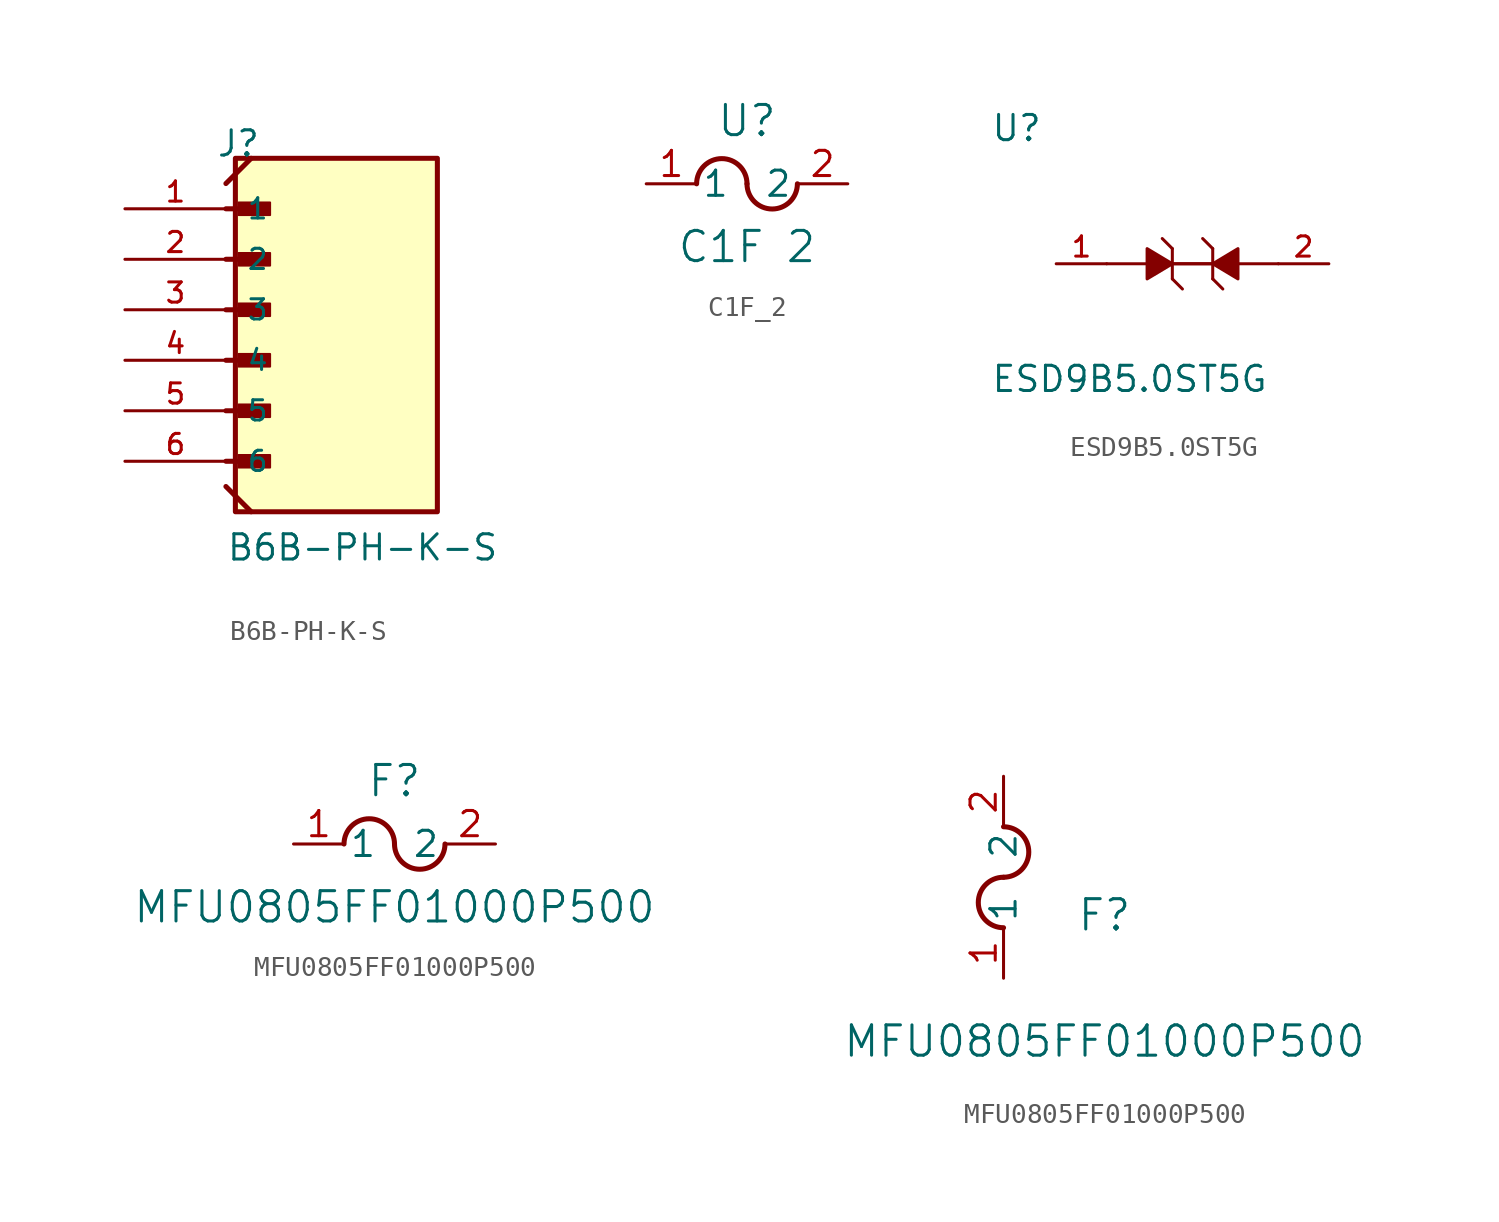
<source format=kicad_sym>
(kicad_symbol_lib
  (version 20231120)
  (generator "kicad_symbol_editor")
  (generator_version "8.0")
  (symbol "B6B-PH-K-S"
    (pin_names
      (offset 1.016))
    (property "Reference" "J"
      (at -5.58 10.16 0)
      (effects (font (size 1.27 1.27)) (justify left bottom)))
    (property "Value" "B6B-PH-K-S"
      (at -5.08 -10.16 0)
      (effects (font (size 1.27 1.27)) (justify left bottom)))
    (symbol "B6B-PH-K-S_0_0"
      (rectangle (start -4.604 -7.62) (end 5.556 10.16) (stroke (width 0.254) (type default)) (fill (type background)))
      (rectangle (start -4.445 -5.397) (end -2.857 -4.763) (stroke (width 0.1) (type default)) (fill (type outline)))
      (rectangle (start -4.445 -2.857) (end -2.857 -2.223) (stroke (width 0.1) (type default)) (fill (type outline)))
      (rectangle (start -4.445 -0.318) (end -2.857 0.318) (stroke (width 0.1) (type default)) (fill (type outline)))
      (rectangle (start -4.445 2.223) (end -2.857 2.857) (stroke (width 0.1) (type default)) (fill (type outline)))
      (rectangle (start -4.445 4.763) (end -2.857 5.397) (stroke (width 0.1) (type default)) (fill (type outline)))
      (rectangle (start -4.445 7.303) (end -2.857 7.938) (stroke (width 0.1) (type default)) (fill (type outline)))
      (polyline (pts (xy -5.08 -6.35) (xy -3.81 -7.62)) (stroke (width 0.254) (type default)) (fill (type none)))
      (polyline (pts (xy -5.08 -5.08) (xy -3.175 -5.08)) (stroke (width 0.254) (type default)) (fill (type none)))
      (polyline (pts (xy -5.08 -2.54) (xy -3.175 -2.54)) (stroke (width 0.254) (type default)) (fill (type none)))
      (polyline (pts (xy -5.08 0) (xy -3.175 0)) (stroke (width 0.254) (type default)) (fill (type none)))
      (polyline (pts (xy -5.08 2.54) (xy -3.175 2.54)) (stroke (width 0.254) (type default)) (fill (type none)))
      (polyline (pts (xy -5.08 5.08) (xy -3.175 5.08)) (stroke (width 0.254) (type default)) (fill (type none)))
      (polyline (pts (xy -5.08 7.62) (xy -3.175 7.62)) (stroke (width 0.254) (type default)) (fill (type none)))
      (polyline (pts (xy -5.08 8.89) (xy -3.81 10.16)) (stroke (width 0.254) (type default)) (fill (type none)))
      (pin passive line (at -10.16 7.62 0) (length 5.08) (name "1" (effects (font (size 1.016 1.016)))) (number "1" (effects (font (size 1.016 1.016)))))
      (pin passive line (at -10.16 5.08 0) (length 5.08) (name "2" (effects (font (size 1.016 1.016)))) (number "2" (effects (font (size 1.016 1.016)))))
      (pin passive line (at -10.16 2.54 0) (length 5.08) (name "3" (effects (font (size 1.016 1.016)))) (number "3" (effects (font (size 1.016 1.016)))))
      (pin passive line (at -10.16 0 0) (length 5.08) (name "4" (effects (font (size 1.016 1.016)))) (number "4" (effects (font (size 1.016 1.016)))))
      (pin passive line (at -10.16 -2.54 0) (length 5.08) (name "5" (effects (font (size 1.016 1.016)))) (number "5" (effects (font (size 1.016 1.016)))))
      (pin passive line (at -10.16 -5.08 0) (length 5.08) (name "6" (effects (font (size 1.016 1.016)))) (number "6" (effects (font (size 1.016 1.016)))))))
  (symbol "C1F_2"
    (pin_names
      (offset 0.254))
    (property "Reference" "U"
      (at 5.08 3.175 0)
      (effects (font (size 1.524 1.524))))
    (property "Value" "C1F 2"
      (at 5.08 -3.175 0)
      (effects (font (size 1.524 1.524))))
    (property "ki_locked" ""
      (at 0 0 0)
      (effects (font (size 1.27 1.27))))
    (symbol "C1F_2_0_1"
      (arc (start 5.08 0) (mid 3.81 1.2645) (end 2.54 0) (stroke (width 0.254) (type default)) (fill (type none)))
      (arc (start 5.08 0) (mid 6.35 -1.2645) (end 7.62 0) (stroke (width 0.254) (type default)) (fill (type none)))
      (pin unspecified line (at 0 0 0) (length 2.54) (name "1" (effects (font (size 1.27 1.27)))) (number "1" (effects (font (size 1.27 1.27)))))
      (pin unspecified line (at 10.16 0 180) (length 2.54) (name "2" (effects (font (size 1.27 1.27)))) (number "2" (effects (font (size 1.27 1.27)))))))
  (symbol "ESD9B5.0ST5G"
    (pin_names
      (offset 1.016))
    (property "Reference" "U"
      (at -10.16 6.08 0)
      (effects (font (size 1.27 1.27)) (justify left bottom)))
    (property "Value" "ESD9B5.0ST5G"
      (at -10.16 -6.54 0)
      (effects (font (size 1.27 1.27)) (justify left bottom)))
    (symbol "ESD9B5.0ST5G_0_0"
      (polyline (pts (xy -2.286 0) (xy -4.318 0)) (stroke (width 0.152) (type default)) (fill (type none)))
      (polyline (pts (xy -1.016 -0.762) (xy -1.016 0.762)) (stroke (width 0.152) (type default)) (fill (type none)))
      (polyline (pts (xy -1.016 -0.762) (xy -0.508 -1.27)) (stroke (width 0.152) (type default)) (fill (type none)))
      (polyline (pts (xy -1.016 0) (xy 1.016 0)) (stroke (width 0.152) (type default)) (fill (type none)))
      (polyline (pts (xy -1.016 0.762) (xy -1.524 1.27)) (stroke (width 0.152) (type default)) (fill (type none)))
      (polyline (pts (xy 1.016 -0.762) (xy 1.524 -1.27)) (stroke (width 0.152) (type default)) (fill (type none)))
      (polyline (pts (xy 1.016 0) (xy -1.016 0)) (stroke (width 0.152) (type default)) (fill (type none)))
      (polyline (pts (xy 1.016 0.762) (xy 0.508 1.27)) (stroke (width 0.152) (type default)) (fill (type none)))
      (polyline (pts (xy 1.016 0.762) (xy 1.016 -0.762)) (stroke (width 0.152) (type default)) (fill (type none)))
      (polyline (pts (xy 2.286 0) (xy 4.318 0)) (stroke (width 0.152) (type default)) (fill (type none)))
      (polyline (pts (xy -1.016 0) (xy -2.286 -0.762) (xy -2.286 0.762) (xy -1.016 0)) (stroke (width 0.152) (type default)) (fill (type outline)))
      (polyline (pts (xy 1.016 0) (xy 2.286 0.762) (xy 2.286 -0.762) (xy 1.016 0)) (stroke (width 0.152) (type default)) (fill (type outline)))
      (pin passive line (at -6.858 0 0) (length 2.54) (name "~" (effects (font (size 1.016 1.016)))) (number "1" (effects (font (size 1.016 1.016)))))
      (pin passive line (at 6.858 0 180) (length 2.54) (name "~" (effects (font (size 1.016 1.016)))) (number "2" (effects (font (size 1.016 1.016)))))))
  (symbol "MFU0805FF01000P500"
    (pin_names
      (offset 0.254))
    (property "Reference" "F"
      (at 5.08 3.175 0)
      (effects (font (size 1.524 1.524))))
    (property "Value" "MFU0805FF01000P500"
      (at 5.08 -3.175 0)
      (effects (font (size 1.524 1.524))))
    (property "ki_locked" ""
      (at 0 0 0)
      (effects (font (size 1.27 1.27))))
    (symbol "MFU0805FF01000P500_1_1"
      (arc (start 5.08 0) (mid 3.81 1.2645) (end 2.54 0) (stroke (width 0.254) (type default)) (fill (type none)))
      (arc (start 5.08 0) (mid 6.35 -1.2645) (end 7.62 0) (stroke (width 0.254) (type default)) (fill (type none)))
      (pin unspecified line (at 0 0 0) (length 2.54) (name "1" (effects (font (size 1.27 1.27)))) (number "1" (effects (font (size 1.27 1.27)))))
      (pin unspecified line (at 10.16 0 180) (length 2.54) (name "2" (effects (font (size 1.27 1.27)))) (number "2" (effects (font (size 1.27 1.27))))))
    (symbol "MFU0805FF01000P500_1_2"
      (arc (start 0 5.08) (mid -1.2645 3.81) (end 0 2.54) (stroke (width 0.254) (type default)) (fill (type none)))
      (arc (start 0 5.08) (mid 1.2645 6.35) (end 0 7.62) (stroke (width 0.254) (type default)) (fill (type none)))
      (pin unspecified line (at 0 0 90) (length 2.54) (name "1" (effects (font (size 1.27 1.27)))) (number "1" (effects (font (size 1.27 1.27)))))
      (pin unspecified line (at 0 10.16 270) (length 2.54) (name "2" (effects (font (size 1.27 1.27)))) (number "2" (effects (font (size 1.27 1.27))))))))
</source>
